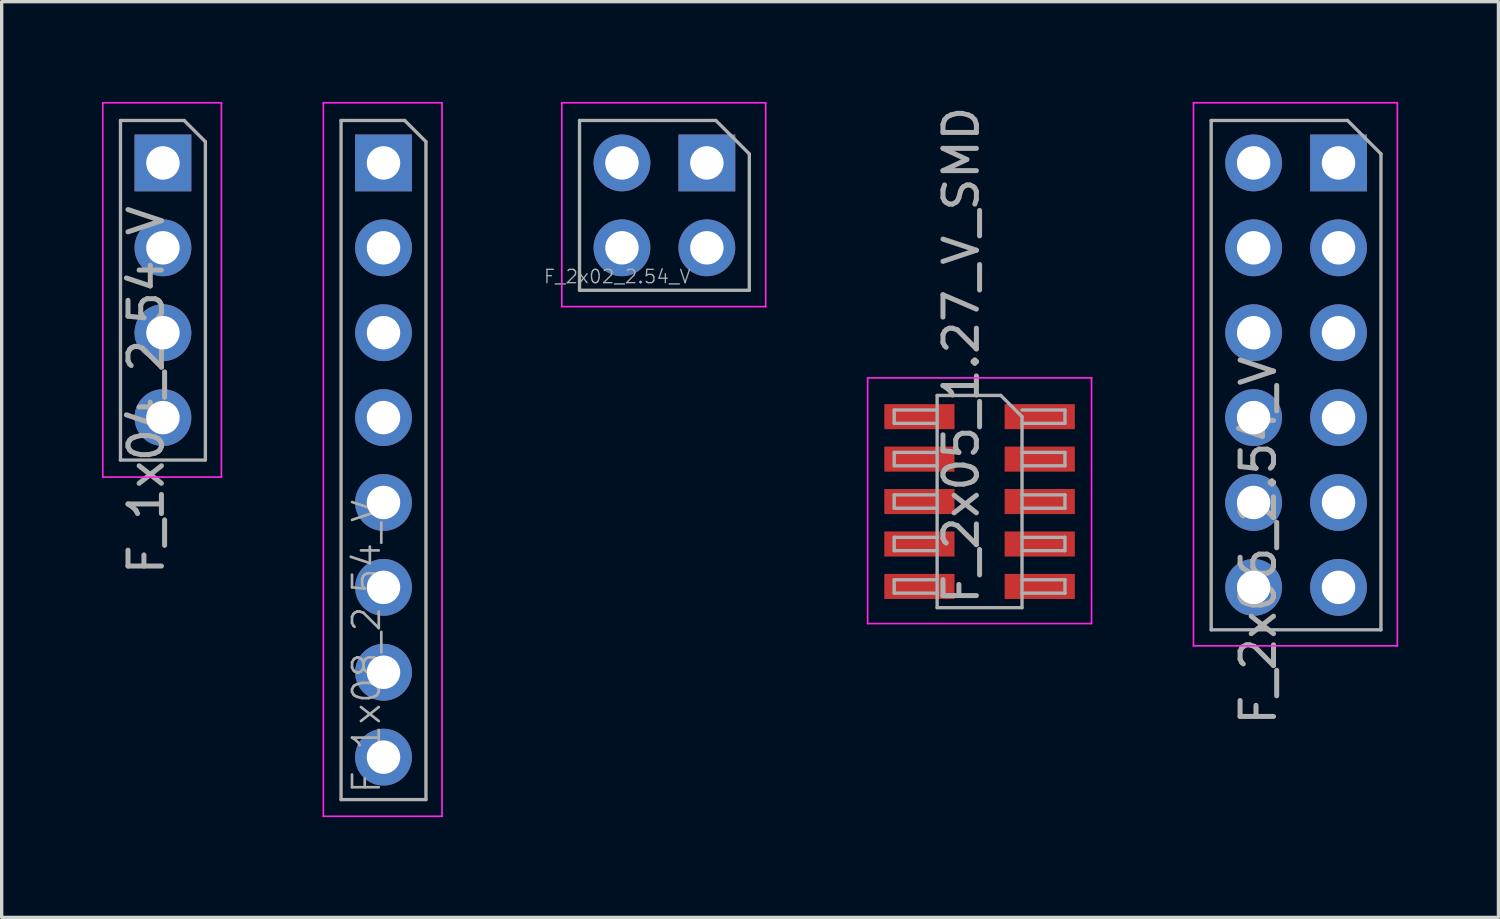
<source format=kicad_pcb>
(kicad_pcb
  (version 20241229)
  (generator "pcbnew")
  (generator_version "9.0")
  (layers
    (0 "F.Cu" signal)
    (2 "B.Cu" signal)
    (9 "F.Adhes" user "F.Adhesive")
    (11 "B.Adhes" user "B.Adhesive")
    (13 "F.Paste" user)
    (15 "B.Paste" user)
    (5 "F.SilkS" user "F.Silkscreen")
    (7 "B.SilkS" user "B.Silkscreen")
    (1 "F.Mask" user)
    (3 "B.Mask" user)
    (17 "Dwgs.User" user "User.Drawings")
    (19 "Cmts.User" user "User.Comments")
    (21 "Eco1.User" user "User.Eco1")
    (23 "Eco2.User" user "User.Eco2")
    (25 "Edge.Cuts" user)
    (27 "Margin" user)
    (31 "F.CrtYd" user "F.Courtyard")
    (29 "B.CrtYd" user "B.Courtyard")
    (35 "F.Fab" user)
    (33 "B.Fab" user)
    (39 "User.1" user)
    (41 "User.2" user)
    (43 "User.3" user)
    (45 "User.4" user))
  (footprint "F_2x05_1.27_V_SMD"
    (layer "F.Cu")
    (at 26.26 11.957)
    (property "Reference" "F_2x05_1.27_V_SMD" (at -0.55 3.15 90) (layer "F.Fab") (effects (font (size 1 1) (thickness 0.15)) (justify left)))
    (attr smd)
    (fp_line (start -3.35 -3.7) (end 3.35 -3.7) (stroke (width 0.05) (type solid)) (layer "F.CrtYd"))
    (fp_line (start -3.35 3.65) (end -3.35 -3.7) (stroke (width 0.05) (type solid)) (layer "F.CrtYd"))
    (fp_line (start 3.35 -3.7) (end 3.35 3.65) (stroke (width 0.05) (type solid)) (layer "F.CrtYd"))
    (fp_line (start 3.35 3.65) (end -3.35 3.65) (stroke (width 0.05) (type solid)) (layer "F.CrtYd"))
    (fp_line (start -2.555 -2.74) (end -1.27 -2.74) (stroke (width 0.1) (type solid)) (layer "F.Fab"))
    (fp_line (start -2.555 -2.34) (end -2.555 -2.74) (stroke (width 0.1) (type solid)) (layer "F.Fab"))
    (fp_line (start -2.555 -1.47) (end -1.27 -1.47) (stroke (width 0.1) (type solid)) (layer "F.Fab"))
    (fp_line (start -2.555 -1.07) (end -2.555 -1.47) (stroke (width 0.1) (type solid)) (layer "F.Fab"))
    (fp_line (start -2.555 -0.2) (end -1.27 -0.2) (stroke (width 0.1) (type solid)) (layer "F.Fab"))
    (fp_line (start -2.555 0.2) (end -2.555 -0.2) (stroke (width 0.1) (type solid)) (layer "F.Fab"))
    (fp_line (start -2.555 1.07) (end -1.27 1.07) (stroke (width 0.1) (type solid)) (layer "F.Fab"))
    (fp_line (start -2.555 1.47) (end -2.555 1.07) (stroke (width 0.1) (type solid)) (layer "F.Fab"))
    (fp_line (start -2.555 2.34) (end -1.27 2.34) (stroke (width 0.1) (type solid)) (layer "F.Fab"))
    (fp_line (start -2.555 2.74) (end -2.555 2.34) (stroke (width 0.1) (type solid)) (layer "F.Fab"))
    (fp_line (start -1.27 -3.175) (end 0.635 -3.175) (stroke (width 0.1) (type solid)) (layer "F.Fab"))
    (fp_line (start -1.27 -2.34) (end -2.555 -2.34) (stroke (width 0.1) (type solid)) (layer "F.Fab"))
    (fp_line (start -1.27 -1.07) (end -2.555 -1.07) (stroke (width 0.1) (type solid)) (layer "F.Fab"))
    (fp_line (start -1.27 0.2) (end -2.555 0.2) (stroke (width 0.1) (type solid)) (layer "F.Fab"))
    (fp_line (start -1.27 1.47) (end -2.555 1.47) (stroke (width 0.1) (type solid)) (layer "F.Fab"))
    (fp_line (start -1.27 2.74) (end -2.555 2.74) (stroke (width 0.1) (type solid)) (layer "F.Fab"))
    (fp_line (start -1.27 3.175) (end -1.27 -3.175) (stroke (width 0.1) (type solid)) (layer "F.Fab"))
    (fp_line (start 0.635 -3.175) (end 1.27 -2.54) (stroke (width 0.1) (type solid)) (layer "F.Fab"))
    (fp_line (start 1.27 -2.74) (end 2.555 -2.74) (stroke (width 0.1) (type solid)) (layer "F.Fab"))
    (fp_line (start 1.27 -2.54) (end 1.27 3.175) (stroke (width 0.1) (type solid)) (layer "F.Fab"))
    (fp_line (start 1.27 -1.47) (end 2.555 -1.47) (stroke (width 0.1) (type solid)) (layer "F.Fab"))
    (fp_line (start 1.27 -0.2) (end 2.555 -0.2) (stroke (width 0.1) (type solid)) (layer "F.Fab"))
    (fp_line (start 1.27 1.07) (end 2.555 1.07) (stroke (width 0.1) (type solid)) (layer "F.Fab"))
    (fp_line (start 1.27 2.34) (end 2.555 2.34) (stroke (width 0.1) (type solid)) (layer "F.Fab"))
    (fp_line (start 1.27 3.175) (end -1.27 3.175) (stroke (width 0.1) (type solid)) (layer "F.Fab"))
    (fp_line (start 2.555 -2.74) (end 2.555 -2.34) (stroke (width 0.1) (type solid)) (layer "F.Fab"))
    (fp_line (start 2.555 -2.34) (end 1.27 -2.34) (stroke (width 0.1) (type solid)) (layer "F.Fab"))
    (fp_line (start 2.555 -1.47) (end 2.555 -1.07) (stroke (width 0.1) (type solid)) (layer "F.Fab"))
    (fp_line (start 2.555 -1.07) (end 1.27 -1.07) (stroke (width 0.1) (type solid)) (layer "F.Fab"))
    (fp_line (start 2.555 -0.2) (end 2.555 0.2) (stroke (width 0.1) (type solid)) (layer "F.Fab"))
    (fp_line (start 2.555 0.2) (end 1.27 0.2) (stroke (width 0.1) (type solid)) (layer "F.Fab"))
    (fp_line (start 2.555 1.07) (end 2.555 1.47) (stroke (width 0.1) (type solid)) (layer "F.Fab"))
    (fp_line (start 2.555 1.47) (end 1.27 1.47) (stroke (width 0.1) (type solid)) (layer "F.Fab"))
    (fp_line (start 2.555 2.34) (end 2.555 2.74) (stroke (width 0.1) (type solid)) (layer "F.Fab"))
    (fp_line (start 2.555 2.74) (end 1.27 2.74) (stroke (width 0.1) (type solid)) (layer "F.Fab"))
    (pad "1" smd rect (at 1.8 -2.54) (size 2.1 0.75) (layers "F.Cu" "F.Mask" "F.Paste"))
    (pad "2" smd rect (at -1.8 -2.54) (size 2.1 0.75) (layers "F.Cu" "F.Mask" "F.Paste"))
    (pad "3" smd rect (at 1.8 -1.27) (size 2.1 0.75) (layers "F.Cu" "F.Mask" "F.Paste"))
    (pad "4" smd rect (at -1.8 -1.27) (size 2.1 0.75) (layers "F.Cu" "F.Mask" "F.Paste"))
    (pad "5" smd rect (at 1.8 0) (size 2.1 0.75) (layers "F.Cu" "F.Mask" "F.Paste"))
    (pad "6" smd rect (at -1.8 0) (size 2.1 0.75) (layers "F.Cu" "F.Mask" "F.Paste"))
    (pad "7" smd rect (at 1.8 1.27) (size 2.1 0.75) (layers "F.Cu" "F.Mask" "F.Paste"))
    (pad "8" smd rect (at -1.8 1.27) (size 2.1 0.75) (layers "F.Cu" "F.Mask" "F.Paste"))
    (pad "9" smd rect (at 1.8 2.54) (size 2.1 0.75) (layers "F.Cu" "F.Mask" "F.Paste"))
    (pad "10" smd rect (at -1.8 2.54) (size 2.1 0.75) (layers "F.Cu" "F.Mask" "F.Paste")))
  (footprint "F_2x06_2.54_V"
    (layer "F.Cu")
    (at 37 1.825)
    (property "Reference" "F_2x06_2.54_V" (at -2.4 11.3 270) (layer "F.Fab") (effects (font (size 1 1) (thickness 0.15))))
    (fp_line (start -4.34 -1.8) (end 1.76 -1.8) (stroke (width 0.05) (type solid)) (layer "F.CrtYd"))
    (fp_line (start -4.34 14.45) (end -4.34 -1.8) (stroke (width 0.05) (type solid)) (layer "F.CrtYd"))
    (fp_line (start 1.76 -1.8) (end 1.76 14.45) (stroke (width 0.05) (type solid)) (layer "F.CrtYd"))
    (fp_line (start 1.76 14.45) (end -4.34 14.45) (stroke (width 0.05) (type solid)) (layer "F.CrtYd"))
    (fp_line (start -3.81 -1.27) (end 0.27 -1.27) (stroke (width 0.1) (type solid)) (layer "F.Fab"))
    (fp_line (start -3.81 13.97) (end -3.81 -1.27) (stroke (width 0.1) (type solid)) (layer "F.Fab"))
    (fp_line (start 0.27 -1.27) (end 1.27 -0.27) (stroke (width 0.1) (type solid)) (layer "F.Fab"))
    (fp_line (start 1.27 -0.27) (end 1.27 13.97) (stroke (width 0.1) (type solid)) (layer "F.Fab"))
    (fp_line (start 1.27 13.97) (end -3.81 13.97) (stroke (width 0.1) (type solid)) (layer "F.Fab"))
    (pad "1" thru_hole rect (at 0 0) (size 1.7 1.7) (drill 1) (layers "*.Cu" "*.Mask"))
    (pad "2" thru_hole oval (at -2.54 0) (size 1.7 1.7) (drill 1) (layers "*.Cu" "*.Mask"))
    (pad "3" thru_hole oval (at 0 2.54) (size 1.7 1.7) (drill 1) (layers "*.Cu" "*.Mask"))
    (pad "4" thru_hole oval (at -2.54 2.54) (size 1.7 1.7) (drill 1) (layers "*.Cu" "*.Mask"))
    (pad "5" thru_hole oval (at 0 5.08) (size 1.7 1.7) (drill 1) (layers "*.Cu" "*.Mask"))
    (pad "6" thru_hole oval (at -2.54 5.08) (size 1.7 1.7) (drill 1) (layers "*.Cu" "*.Mask"))
    (pad "7" thru_hole oval (at 0 7.62) (size 1.7 1.7) (drill 1) (layers "*.Cu" "*.Mask"))
    (pad "8" thru_hole oval (at -2.54 7.62) (size 1.7 1.7) (drill 1) (layers "*.Cu" "*.Mask"))
    (pad "9" thru_hole oval (at 0 10.16) (size 1.7 1.7) (drill 1) (layers "*.Cu" "*.Mask"))
    (pad "10" thru_hole oval (at -2.54 10.16) (size 1.7 1.7) (drill 1) (layers "*.Cu" "*.Mask"))
    (pad "11" thru_hole oval (at 0 12.7) (size 1.7 1.7) (drill 1) (layers "*.Cu" "*.Mask"))
    (pad "12" thru_hole oval (at -2.54 12.7) (size 1.7 1.7) (drill 1) (layers "*.Cu" "*.Mask")))
  (footprint "F_1x04_2.54_V"
    (layer "F.Cu")
    (at 1.825 1.825)
    (property "Reference" "F_1x04_2.54_V" (at -0.5 6.8 90) (layer "F.Fab") (effects (font (size 1 1) (thickness 0.15))))
    (fp_line (start -1.8 -1.8) (end 1.75 -1.8) (stroke (width 0.05) (type solid)) (layer "F.CrtYd"))
    (fp_line (start -1.8 9.4) (end -1.8 -1.8) (stroke (width 0.05) (type solid)) (layer "F.CrtYd"))
    (fp_line (start 1.75 -1.8) (end 1.75 9.4) (stroke (width 0.05) (type solid)) (layer "F.CrtYd"))
    (fp_line (start 1.75 9.4) (end -1.8 9.4) (stroke (width 0.05) (type solid)) (layer "F.CrtYd"))
    (fp_line (start -1.27 -1.27) (end 0.635 -1.27) (stroke (width 0.1) (type solid)) (layer "F.Fab"))
    (fp_line (start -1.27 8.89) (end -1.27 -1.27) (stroke (width 0.1) (type solid)) (layer "F.Fab"))
    (fp_line (start 0.635 -1.27) (end 1.27 -0.635) (stroke (width 0.1) (type solid)) (layer "F.Fab"))
    (fp_line (start 1.27 -0.635) (end 1.27 8.89) (stroke (width 0.1) (type solid)) (layer "F.Fab"))
    (fp_line (start 1.27 8.89) (end -1.27 8.89) (stroke (width 0.1) (type solid)) (layer "F.Fab"))
    (pad "1" thru_hole rect (at 0 0) (size 1.7 1.7) (drill 1) (layers "*.Cu" "*.Mask"))
    (pad "2" thru_hole oval (at 0 2.54) (size 1.7 1.7) (drill 1) (layers "*.Cu" "*.Mask"))
    (pad "3" thru_hole oval (at 0 5.08) (size 1.7 1.7) (drill 1) (layers "*.Cu" "*.Mask"))
    (pad "4" thru_hole oval (at 0 7.62) (size 1.7 1.7) (drill 1) (layers "*.Cu" "*.Mask")))
  (footprint "F_1x08_2.54_V"
    (layer "F.Cu")
    (at 8.425 1.825)
    (property "Reference" "F_1x08_2.54_V" (at -0.508 18.923 90) (layer "F.Fab") (effects (font (size 0.8 0.8) (thickness 0.08)) (justify left)))
    (attr through_hole)
    (fp_line (start -1.8 -1.8) (end 1.75 -1.8) (stroke (width 0.05) (type solid)) (layer "F.CrtYd"))
    (fp_line (start -1.8 19.55) (end -1.8 -1.8) (stroke (width 0.05) (type solid)) (layer "F.CrtYd"))
    (fp_line (start 1.75 -1.8) (end 1.75 19.55) (stroke (width 0.05) (type solid)) (layer "F.CrtYd"))
    (fp_line (start 1.75 19.55) (end -1.8 19.55) (stroke (width 0.05) (type solid)) (layer "F.CrtYd"))
    (fp_line (start -1.27 -1.27) (end 0.635 -1.27) (stroke (width 0.1) (type solid)) (layer "F.Fab"))
    (fp_line (start -1.27 19.05) (end -1.27 -1.27) (stroke (width 0.1) (type solid)) (layer "F.Fab"))
    (fp_line (start 0.635 -1.27) (end 1.27 -0.635) (stroke (width 0.1) (type solid)) (layer "F.Fab"))
    (fp_line (start 1.27 -0.635) (end 1.27 19.05) (stroke (width 0.1) (type solid)) (layer "F.Fab"))
    (fp_line (start 1.27 19.05) (end -1.27 19.05) (stroke (width 0.1) (type solid)) (layer "F.Fab"))
    (pad "1" thru_hole rect (at 0 0) (size 1.7 1.7) (drill 1) (layers "*.Cu" "*.Mask"))
    (pad "2" thru_hole oval (at 0 2.54) (size 1.7 1.7) (drill 1) (layers "*.Cu" "*.Mask"))
    (pad "3" thru_hole oval (at 0 5.08) (size 1.7 1.7) (drill 1) (layers "*.Cu" "*.Mask"))
    (pad "4" thru_hole oval (at 0 7.62) (size 1.7 1.7) (drill 1) (layers "*.Cu" "*.Mask"))
    (pad "5" thru_hole oval (at 0 10.16) (size 1.7 1.7) (drill 1) (layers "*.Cu" "*.Mask"))
    (pad "6" thru_hole oval (at 0 12.7) (size 1.7 1.7) (drill 1) (layers "*.Cu" "*.Mask"))
    (pad "7" thru_hole oval (at 0 15.24) (size 1.7 1.7) (drill 1) (layers "*.Cu" "*.Mask"))
    (pad "8" thru_hole oval (at 0 17.78) (size 1.7 1.7) (drill 1) (layers "*.Cu" "*.Mask")))
  (footprint "F_2x02_2.54_V"
    (layer "F.Cu")
    (at 18.1 1.825)
    (property "Reference" "F_2x02_2.54_V" (at -2.68 3.4 0) (layer "F.Fab") (effects (font (size 0.4 0.4) (thickness 0.04))))
    (attr through_hole exclude_from_pos_files exclude_from_bom)
    (fp_line (start -4.34 -1.8) (end 1.76 -1.8) (stroke (width 0.05) (type solid)) (layer "F.CrtYd"))
    (fp_line (start -4.34 4.3) (end -4.34 -1.8) (stroke (width 0.05) (type solid)) (layer "F.CrtYd"))
    (fp_line (start 1.76 -1.8) (end 1.76 4.3) (stroke (width 0.05) (type solid)) (layer "F.CrtYd"))
    (fp_line (start 1.76 4.3) (end -4.34 4.3) (stroke (width 0.05) (type solid)) (layer "F.CrtYd"))
    (fp_line (start -3.81 -1.27) (end 0.27 -1.27) (stroke (width 0.1) (type solid)) (layer "F.Fab"))
    (fp_line (start -3.81 3.81) (end -3.81 -1.27) (stroke (width 0.1) (type solid)) (layer "F.Fab"))
    (fp_line (start 0.27 -1.27) (end 1.27 -0.27) (stroke (width 0.1) (type solid)) (layer "F.Fab"))
    (fp_line (start 1.27 -0.27) (end 1.27 3.81) (stroke (width 0.1) (type solid)) (layer "F.Fab"))
    (fp_line (start 1.27 3.81) (end -3.81 3.81) (stroke (width 0.1) (type solid)) (layer "F.Fab"))
    (pad "1" thru_hole rect (at 0 0) (size 1.7 1.7) (drill 1) (layers "*.Cu" "*.Mask"))
    (pad "2" thru_hole oval (at -2.54 0) (size 1.7 1.7) (drill 1) (layers "*.Cu" "*.Mask"))
    (pad "3" thru_hole oval (at 0 2.54) (size 1.7 1.7) (drill 1) (layers "*.Cu" "*.Mask"))
    (pad "4" thru_hole oval (at -2.54 2.54) (size 1.7 1.7) (drill 1) (layers "*.Cu" "*.Mask")))
  (gr_rect
    (start -3 -3)
    (end 41.785 24.4)
    (stroke (width 0.1) (type default))
    (fill no)
    (layer "Edge.Cuts")))
</source>
